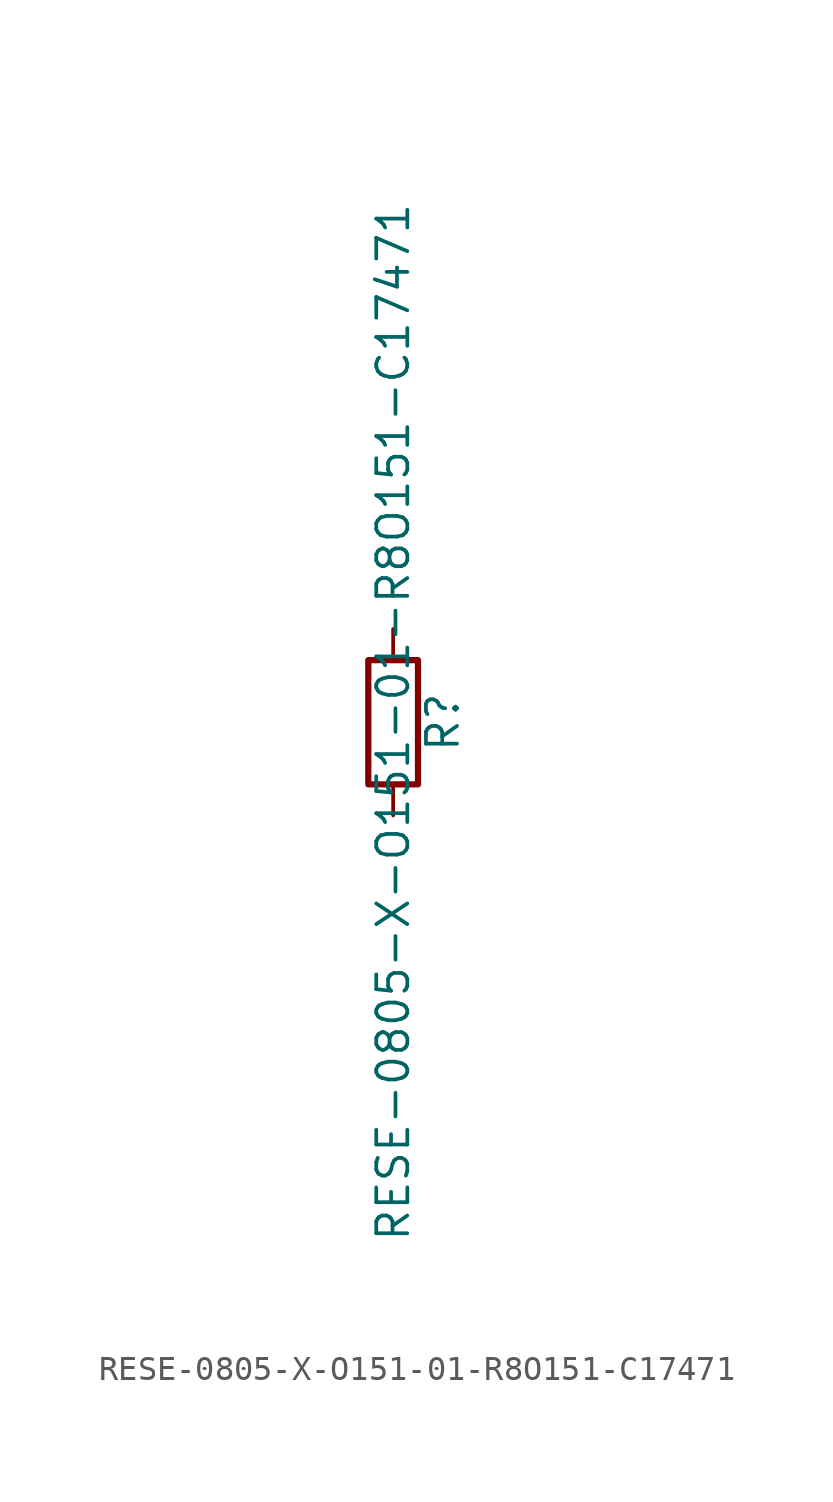
<source format=kicad_sym>
(kicad_symbol_lib
  (version 20211014)
  (generator kicad_symbol_editor)
  (symbol "RESE-0805-X-O151-01-R8O151-C17471"
    (pin_numbers hide)
    (pin_names
      (offset 0))
    (property "Reference" "R"
      (at 2.032 0 90)
      (effects (font (size 1.27 1.27))))
    (property "Value" "RESE-0805-X-O151-01-R8O151-C17471"
      (at 0 0 90)
      (effects (font (size 1.27 1.27))))
    (symbol "RESE-0805-X-O151-01-R8O151-C17471_0_1"
      (rectangle (start -1.016 -2.54) (end 1.016 2.54) (stroke (width 0.254) (type default) (color 0 0 0 0)) (fill (type none))))
    (symbol "RESE-0805-X-O151-01-R8O151-C17471_1_1"
      (pin passive line (at 0 3.81 270) (length 1.27) (name "~" (effects (font (size 1.27 1.27)))) (number "1" (effects (font (size 1.27 1.27)))))
      (pin passive line (at 0 -3.81 90) (length 1.27) (name "~" (effects (font (size 1.27 1.27)))) (number "2" (effects (font (size 1.27 1.27))))))))
</source>
